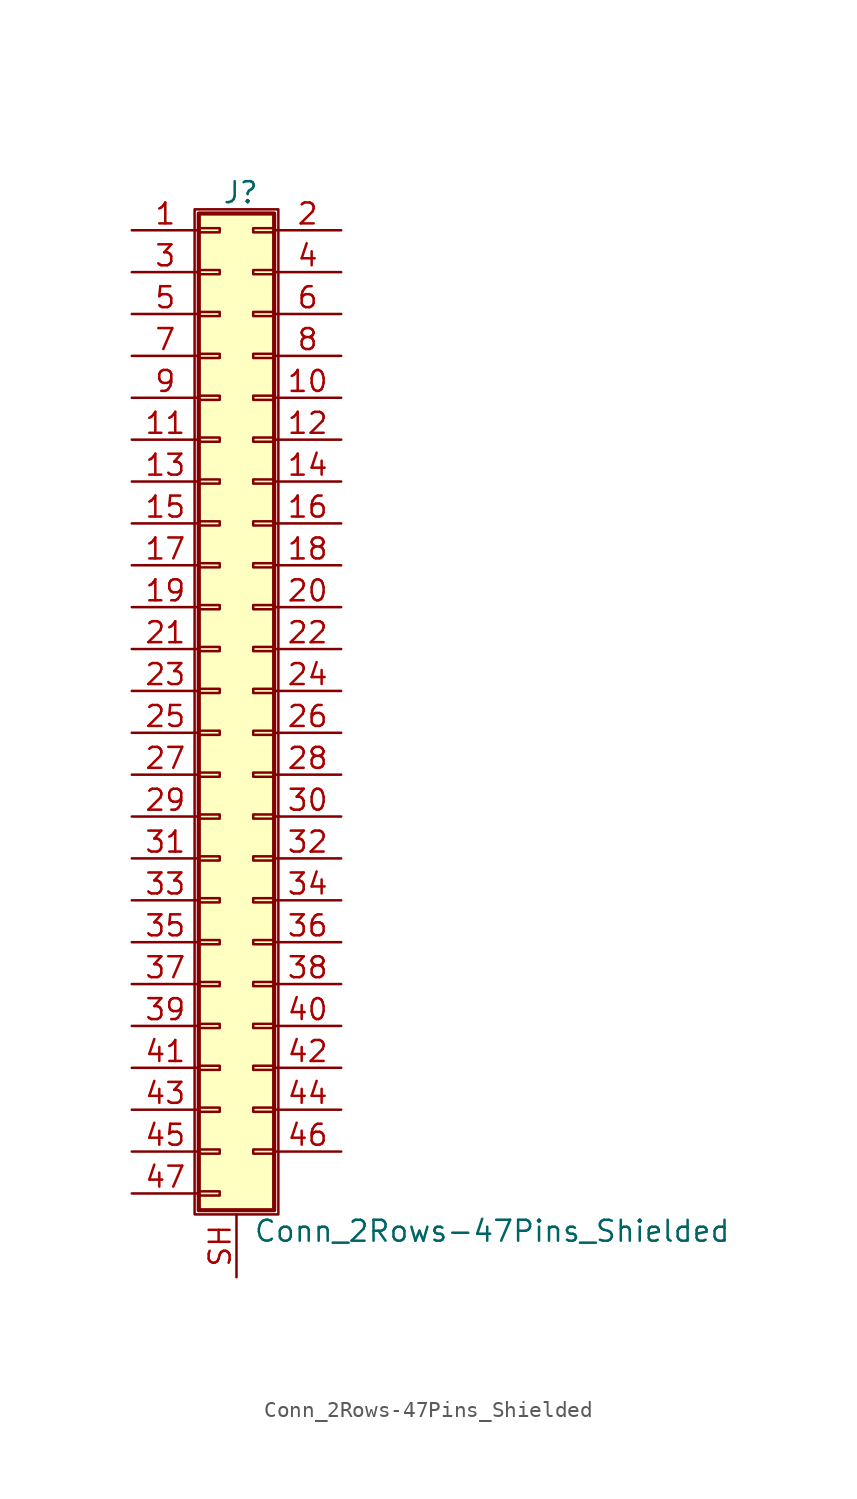
<source format=kicad_sym>
(kicad_symbol_lib
  (version 20220914)
  (generator kicad_symbol_editor)
  (symbol "Conn_2Rows-47Pins_Shielded"
    (pin_names
      (offset 1.016) hide)
    (property "Reference" "J"
      (at 1.524 30.226 0)
      (effects (font (size 1.27 1.27))))
    (property "Value" "Conn_2Rows-47Pins_Shielded"
      (at 2.286 -32.766 0)
      (effects (font (size 1.27 1.27)) (justify left)))
    (symbol "Conn_2Rows-47Pins_Shielded_1_1"
      (rectangle (start -1.27 29.21) (end 3.81 -31.75) (stroke (width 0.152) (type default)) (fill (type none)))
      (rectangle (start -1.016 -30.353) (end 0.254 -30.607) (stroke (width 0.152) (type default)) (fill (type none)))
      (rectangle (start -1.016 -27.813) (end 0.254 -28.067) (stroke (width 0.152) (type default)) (fill (type none)))
      (rectangle (start -1.016 -25.273) (end 0.254 -25.527) (stroke (width 0.152) (type default)) (fill (type none)))
      (rectangle (start -1.016 -22.733) (end 0.254 -22.987) (stroke (width 0.152) (type default)) (fill (type none)))
      (rectangle (start -1.016 -20.193) (end 0.254 -20.447) (stroke (width 0.152) (type default)) (fill (type none)))
      (rectangle (start -1.016 -17.653) (end 0.254 -17.907) (stroke (width 0.152) (type default)) (fill (type none)))
      (rectangle (start -1.016 -15.113) (end 0.254 -15.367) (stroke (width 0.152) (type default)) (fill (type none)))
      (rectangle (start -1.016 -12.573) (end 0.254 -12.827) (stroke (width 0.152) (type default)) (fill (type none)))
      (rectangle (start -1.016 -10.033) (end 0.254 -10.287) (stroke (width 0.152) (type default)) (fill (type none)))
      (rectangle (start -1.016 -7.493) (end 0.254 -7.747) (stroke (width 0.152) (type default)) (fill (type none)))
      (rectangle (start -1.016 -4.953) (end 0.254 -5.207) (stroke (width 0.152) (type default)) (fill (type none)))
      (rectangle (start -1.016 -2.413) (end 0.254 -2.667) (stroke (width 0.152) (type default)) (fill (type none)))
      (rectangle (start -1.016 0.127) (end 0.254 -0.127) (stroke (width 0.152) (type default)) (fill (type none)))
      (rectangle (start -1.016 2.667) (end 0.254 2.413) (stroke (width 0.152) (type default)) (fill (type none)))
      (rectangle (start -1.016 5.207) (end 0.254 4.953) (stroke (width 0.152) (type default)) (fill (type none)))
      (rectangle (start -1.016 7.747) (end 0.254 7.493) (stroke (width 0.152) (type default)) (fill (type none)))
      (rectangle (start -1.016 10.287) (end 0.254 10.033) (stroke (width 0.152) (type default)) (fill (type none)))
      (rectangle (start -1.016 12.827) (end 0.254 12.573) (stroke (width 0.152) (type default)) (fill (type none)))
      (rectangle (start -1.016 15.367) (end 0.254 15.113) (stroke (width 0.152) (type default)) (fill (type none)))
      (rectangle (start -1.016 17.907) (end 0.254 17.653) (stroke (width 0.152) (type default)) (fill (type none)))
      (rectangle (start -1.016 20.447) (end 0.254 20.193) (stroke (width 0.152) (type default)) (fill (type none)))
      (rectangle (start -1.016 22.987) (end 0.254 22.733) (stroke (width 0.152) (type default)) (fill (type none)))
      (rectangle (start -1.016 25.527) (end 0.254 25.273) (stroke (width 0.152) (type default)) (fill (type none)))
      (rectangle (start -1.016 28.067) (end 0.254 27.813) (stroke (width 0.152) (type default)) (fill (type none)))
      (rectangle (start -1.016 28.956) (end 3.556 -31.496) (stroke (width 0.254) (type default)) (fill (type background)))
      (rectangle (start 3.556 -27.813) (end 2.286 -28.067) (stroke (width 0.152) (type default)) (fill (type none)))
      (rectangle (start 3.556 -25.273) (end 2.286 -25.527) (stroke (width 0.152) (type default)) (fill (type none)))
      (rectangle (start 3.556 -22.733) (end 2.286 -22.987) (stroke (width 0.152) (type default)) (fill (type none)))
      (rectangle (start 3.556 -20.193) (end 2.286 -20.447) (stroke (width 0.152) (type default)) (fill (type none)))
      (rectangle (start 3.556 -17.653) (end 2.286 -17.907) (stroke (width 0.152) (type default)) (fill (type none)))
      (rectangle (start 3.556 -15.113) (end 2.286 -15.367) (stroke (width 0.152) (type default)) (fill (type none)))
      (rectangle (start 3.556 -12.573) (end 2.286 -12.827) (stroke (width 0.152) (type default)) (fill (type none)))
      (rectangle (start 3.556 -10.033) (end 2.286 -10.287) (stroke (width 0.152) (type default)) (fill (type none)))
      (rectangle (start 3.556 -7.493) (end 2.286 -7.747) (stroke (width 0.152) (type default)) (fill (type none)))
      (rectangle (start 3.556 -4.953) (end 2.286 -5.207) (stroke (width 0.152) (type default)) (fill (type none)))
      (rectangle (start 3.556 -2.413) (end 2.286 -2.667) (stroke (width 0.152) (type default)) (fill (type none)))
      (rectangle (start 3.556 0.127) (end 2.286 -0.127) (stroke (width 0.152) (type default)) (fill (type none)))
      (rectangle (start 3.556 2.667) (end 2.286 2.413) (stroke (width 0.152) (type default)) (fill (type none)))
      (rectangle (start 3.556 5.207) (end 2.286 4.953) (stroke (width 0.152) (type default)) (fill (type none)))
      (rectangle (start 3.556 7.747) (end 2.286 7.493) (stroke (width 0.152) (type default)) (fill (type none)))
      (rectangle (start 3.556 10.287) (end 2.286 10.033) (stroke (width 0.152) (type default)) (fill (type none)))
      (rectangle (start 3.556 12.827) (end 2.286 12.573) (stroke (width 0.152) (type default)) (fill (type none)))
      (rectangle (start 3.556 15.367) (end 2.286 15.113) (stroke (width 0.152) (type default)) (fill (type none)))
      (rectangle (start 3.556 17.907) (end 2.286 17.653) (stroke (width 0.152) (type default)) (fill (type none)))
      (rectangle (start 3.556 20.447) (end 2.286 20.193) (stroke (width 0.152) (type default)) (fill (type none)))
      (rectangle (start 3.556 22.987) (end 2.286 22.733) (stroke (width 0.152) (type default)) (fill (type none)))
      (rectangle (start 3.556 25.527) (end 2.286 25.273) (stroke (width 0.152) (type default)) (fill (type none)))
      (rectangle (start 3.556 28.067) (end 2.286 27.813) (stroke (width 0.152) (type default)) (fill (type none)))
      (pin passive line (at -5.08 27.94 0) (length 4.064) (name "Pin_1" (effects (font (size 1.27 1.27)))) (number "1" (effects (font (size 1.27 1.27)))))
      (pin passive line (at 7.62 17.78 180) (length 4.064) (name "Pin_10" (effects (font (size 1.27 1.27)))) (number "10" (effects (font (size 1.27 1.27)))))
      (pin passive line (at -5.08 15.24 0) (length 4.064) (name "Pin_11" (effects (font (size 1.27 1.27)))) (number "11" (effects (font (size 1.27 1.27)))))
      (pin passive line (at 7.62 15.24 180) (length 4.064) (name "Pin_12" (effects (font (size 1.27 1.27)))) (number "12" (effects (font (size 1.27 1.27)))))
      (pin passive line (at -5.08 12.7 0) (length 4.064) (name "Pin_13" (effects (font (size 1.27 1.27)))) (number "13" (effects (font (size 1.27 1.27)))))
      (pin passive line (at 7.62 12.7 180) (length 4.064) (name "Pin_14" (effects (font (size 1.27 1.27)))) (number "14" (effects (font (size 1.27 1.27)))))
      (pin passive line (at -5.08 10.16 0) (length 4.064) (name "Pin_15" (effects (font (size 1.27 1.27)))) (number "15" (effects (font (size 1.27 1.27)))))
      (pin passive line (at 7.62 10.16 180) (length 4.064) (name "Pin_16" (effects (font (size 1.27 1.27)))) (number "16" (effects (font (size 1.27 1.27)))))
      (pin passive line (at -5.08 7.62 0) (length 4.064) (name "Pin_17" (effects (font (size 1.27 1.27)))) (number "17" (effects (font (size 1.27 1.27)))))
      (pin passive line (at 7.62 7.62 180) (length 4.064) (name "Pin_18" (effects (font (size 1.27 1.27)))) (number "18" (effects (font (size 1.27 1.27)))))
      (pin passive line (at -5.08 5.08 0) (length 4.064) (name "Pin_19" (effects (font (size 1.27 1.27)))) (number "19" (effects (font (size 1.27 1.27)))))
      (pin passive line (at 7.62 27.94 180) (length 4.064) (name "Pin_2" (effects (font (size 1.27 1.27)))) (number "2" (effects (font (size 1.27 1.27)))))
      (pin passive line (at 7.62 5.08 180) (length 4.064) (name "Pin_20" (effects (font (size 1.27 1.27)))) (number "20" (effects (font (size 1.27 1.27)))))
      (pin passive line (at -5.08 2.54 0) (length 4.064) (name "Pin_21" (effects (font (size 1.27 1.27)))) (number "21" (effects (font (size 1.27 1.27)))))
      (pin passive line (at 7.62 2.54 180) (length 4.064) (name "Pin_22" (effects (font (size 1.27 1.27)))) (number "22" (effects (font (size 1.27 1.27)))))
      (pin passive line (at -5.08 0 0) (length 4.064) (name "Pin_23" (effects (font (size 1.27 1.27)))) (number "23" (effects (font (size 1.27 1.27)))))
      (pin passive line (at 7.62 0 180) (length 4.064) (name "Pin_24" (effects (font (size 1.27 1.27)))) (number "24" (effects (font (size 1.27 1.27)))))
      (pin passive line (at -5.08 -2.54 0) (length 4.064) (name "Pin_25" (effects (font (size 1.27 1.27)))) (number "25" (effects (font (size 1.27 1.27)))))
      (pin passive line (at 7.62 -2.54 180) (length 4.064) (name "Pin_26" (effects (font (size 1.27 1.27)))) (number "26" (effects (font (size 1.27 1.27)))))
      (pin passive line (at -5.08 -5.08 0) (length 4.064) (name "Pin_27" (effects (font (size 1.27 1.27)))) (number "27" (effects (font (size 1.27 1.27)))))
      (pin passive line (at 7.62 -5.08 180) (length 4.064) (name "Pin_28" (effects (font (size 1.27 1.27)))) (number "28" (effects (font (size 1.27 1.27)))))
      (pin passive line (at -5.08 -7.62 0) (length 4.064) (name "Pin_29" (effects (font (size 1.27 1.27)))) (number "29" (effects (font (size 1.27 1.27)))))
      (pin passive line (at -5.08 25.4 0) (length 4.064) (name "Pin_3" (effects (font (size 1.27 1.27)))) (number "3" (effects (font (size 1.27 1.27)))))
      (pin passive line (at 7.62 -7.62 180) (length 4.064) (name "Pin_30" (effects (font (size 1.27 1.27)))) (number "30" (effects (font (size 1.27 1.27)))))
      (pin passive line (at -5.08 -10.16 0) (length 4.064) (name "Pin_31" (effects (font (size 1.27 1.27)))) (number "31" (effects (font (size 1.27 1.27)))))
      (pin passive line (at 7.62 -10.16 180) (length 4.064) (name "Pin_32" (effects (font (size 1.27 1.27)))) (number "32" (effects (font (size 1.27 1.27)))))
      (pin passive line (at -5.08 -12.7 0) (length 4.064) (name "Pin_33" (effects (font (size 1.27 1.27)))) (number "33" (effects (font (size 1.27 1.27)))))
      (pin passive line (at 7.62 -12.7 180) (length 4.064) (name "Pin_34" (effects (font (size 1.27 1.27)))) (number "34" (effects (font (size 1.27 1.27)))))
      (pin passive line (at -5.08 -15.24 0) (length 4.064) (name "Pin_35" (effects (font (size 1.27 1.27)))) (number "35" (effects (font (size 1.27 1.27)))))
      (pin passive line (at 7.62 -15.24 180) (length 4.064) (name "Pin_36" (effects (font (size 1.27 1.27)))) (number "36" (effects (font (size 1.27 1.27)))))
      (pin passive line (at -5.08 -17.78 0) (length 4.064) (name "Pin_37" (effects (font (size 1.27 1.27)))) (number "37" (effects (font (size 1.27 1.27)))))
      (pin passive line (at 7.62 -17.78 180) (length 4.064) (name "Pin_38" (effects (font (size 1.27 1.27)))) (number "38" (effects (font (size 1.27 1.27)))))
      (pin passive line (at -5.08 -20.32 0) (length 4.064) (name "Pin_39" (effects (font (size 1.27 1.27)))) (number "39" (effects (font (size 1.27 1.27)))))
      (pin passive line (at 7.62 25.4 180) (length 4.064) (name "Pin_4" (effects (font (size 1.27 1.27)))) (number "4" (effects (font (size 1.27 1.27)))))
      (pin passive line (at 7.62 -20.32 180) (length 4.064) (name "Pin_40" (effects (font (size 1.27 1.27)))) (number "40" (effects (font (size 1.27 1.27)))))
      (pin passive line (at -5.08 -22.86 0) (length 4.064) (name "Pin_41" (effects (font (size 1.27 1.27)))) (number "41" (effects (font (size 1.27 1.27)))))
      (pin passive line (at 7.62 -22.86 180) (length 4.064) (name "Pin_42" (effects (font (size 1.27 1.27)))) (number "42" (effects (font (size 1.27 1.27)))))
      (pin passive line (at -5.08 -25.4 0) (length 4.064) (name "Pin_43" (effects (font (size 1.27 1.27)))) (number "43" (effects (font (size 1.27 1.27)))))
      (pin passive line (at 7.62 -25.4 180) (length 4.064) (name "Pin_44" (effects (font (size 1.27 1.27)))) (number "44" (effects (font (size 1.27 1.27)))))
      (pin passive line (at -5.08 -27.94 0) (length 4.064) (name "Pin_45" (effects (font (size 1.27 1.27)))) (number "45" (effects (font (size 1.27 1.27)))))
      (pin passive line (at 7.62 -27.94 180) (length 4.064) (name "Pin_46" (effects (font (size 1.27 1.27)))) (number "46" (effects (font (size 1.27 1.27)))))
      (pin passive line (at -5.08 -30.48 0) (length 4.064) (name "Pin_47" (effects (font (size 1.27 1.27)))) (number "47" (effects (font (size 1.27 1.27)))))
      (pin passive line (at -5.08 22.86 0) (length 4.064) (name "Pin_5" (effects (font (size 1.27 1.27)))) (number "5" (effects (font (size 1.27 1.27)))))
      (pin passive line (at 7.62 22.86 180) (length 4.064) (name "Pin_6" (effects (font (size 1.27 1.27)))) (number "6" (effects (font (size 1.27 1.27)))))
      (pin passive line (at -5.08 20.32 0) (length 4.064) (name "Pin_7" (effects (font (size 1.27 1.27)))) (number "7" (effects (font (size 1.27 1.27)))))
      (pin passive line (at 7.62 20.32 180) (length 4.064) (name "Pin_8" (effects (font (size 1.27 1.27)))) (number "8" (effects (font (size 1.27 1.27)))))
      (pin passive line (at -5.08 17.78 0) (length 4.064) (name "Pin_9" (effects (font (size 1.27 1.27)))) (number "9" (effects (font (size 1.27 1.27)))))
      (pin passive line (at 1.27 -35.56 90) (length 3.81) (name "Shield" (effects (font (size 1.27 1.27)))) (number "SH" (effects (font (size 1.27 1.27))))))))
</source>
